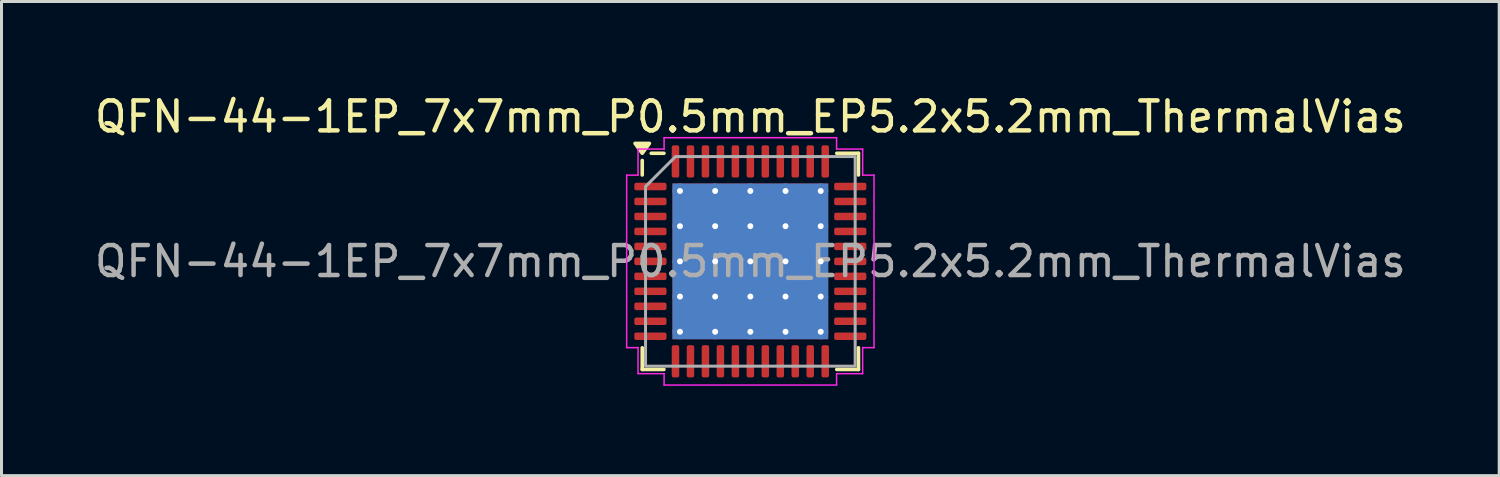
<source format=kicad_pcb>
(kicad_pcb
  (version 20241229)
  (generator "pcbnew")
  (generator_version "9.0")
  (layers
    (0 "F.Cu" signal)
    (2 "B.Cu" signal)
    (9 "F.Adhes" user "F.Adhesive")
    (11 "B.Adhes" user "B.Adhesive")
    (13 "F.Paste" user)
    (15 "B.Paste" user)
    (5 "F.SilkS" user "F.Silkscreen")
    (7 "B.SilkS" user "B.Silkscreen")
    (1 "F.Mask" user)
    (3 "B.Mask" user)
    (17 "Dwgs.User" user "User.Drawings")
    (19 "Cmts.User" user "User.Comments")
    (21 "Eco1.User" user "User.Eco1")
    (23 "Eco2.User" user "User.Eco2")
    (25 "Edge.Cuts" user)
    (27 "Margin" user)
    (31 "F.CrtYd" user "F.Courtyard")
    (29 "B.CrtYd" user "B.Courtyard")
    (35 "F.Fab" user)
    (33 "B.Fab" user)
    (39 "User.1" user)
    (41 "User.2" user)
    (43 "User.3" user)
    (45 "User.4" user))
  (footprint "QFN-44-1EP_7x7mm_P0.5mm_EP5.2x5.2mm_ThermalVias"
    (layer "F.Cu")
    (at 22.006 5.678)
    (property "Reference" "QFN-44-1EP_7x7mm_P0.5mm_EP5.2x5.2mm_ThermalVias" (at 0 -4.83 0) (layer "F.SilkS") (effects (font (size 1 1) (thickness 0.15))))
    (attr smd)
    (fp_line (start -3.61 -2.885) (end -3.61 -3.37) (stroke (width 0.12) (type solid)) (layer "F.SilkS"))
    (fp_line (start -3.61 3.61) (end -3.61 2.885) (stroke (width 0.12) (type solid)) (layer "F.SilkS"))
    (fp_line (start -2.885 -3.61) (end -3.31 -3.61) (stroke (width 0.12) (type solid)) (layer "F.SilkS"))
    (fp_line (start -2.885 3.61) (end -3.61 3.61) (stroke (width 0.12) (type solid)) (layer "F.SilkS"))
    (fp_line (start 2.885 -3.61) (end 3.61 -3.61) (stroke (width 0.12) (type solid)) (layer "F.SilkS"))
    (fp_line (start 2.885 3.61) (end 3.61 3.61) (stroke (width 0.12) (type solid)) (layer "F.SilkS"))
    (fp_line (start 3.61 -3.61) (end 3.61 -2.885) (stroke (width 0.12) (type solid)) (layer "F.SilkS"))
    (fp_line (start 3.61 3.61) (end 3.61 2.885) (stroke (width 0.12) (type solid)) (layer "F.SilkS"))
    (fp_poly (pts (xy -3.61 -3.61) (xy -3.85 -3.94) (xy -3.37 -3.94)) (stroke (width 0.12) (type solid)) (fill yes) (layer "F.SilkS"))
    (fp_line (start -4.13 -2.88) (end -3.75 -2.88) (stroke (width 0.05) (type solid)) (layer "F.CrtYd"))
    (fp_line (start -4.13 2.88) (end -4.13 -2.88) (stroke (width 0.05) (type solid)) (layer "F.CrtYd"))
    (fp_line (start -3.75 -3.75) (end -2.88 -3.75) (stroke (width 0.05) (type solid)) (layer "F.CrtYd"))
    (fp_line (start -3.75 -2.88) (end -3.75 -3.75) (stroke (width 0.05) (type solid)) (layer "F.CrtYd"))
    (fp_line (start -3.75 2.88) (end -4.13 2.88) (stroke (width 0.05) (type solid)) (layer "F.CrtYd"))
    (fp_line (start -3.75 3.75) (end -3.75 2.88) (stroke (width 0.05) (type solid)) (layer "F.CrtYd"))
    (fp_line (start -2.88 -4.13) (end 2.88 -4.13) (stroke (width 0.05) (type solid)) (layer "F.CrtYd"))
    (fp_line (start -2.88 -3.75) (end -2.88 -4.13) (stroke (width 0.05) (type solid)) (layer "F.CrtYd"))
    (fp_line (start -2.88 3.75) (end -3.75 3.75) (stroke (width 0.05) (type solid)) (layer "F.CrtYd"))
    (fp_line (start -2.88 4.13) (end -2.88 3.75) (stroke (width 0.05) (type solid)) (layer "F.CrtYd"))
    (fp_line (start 2.88 -4.13) (end 2.88 -3.75) (stroke (width 0.05) (type solid)) (layer "F.CrtYd"))
    (fp_line (start 2.88 -3.75) (end 3.75 -3.75) (stroke (width 0.05) (type solid)) (layer "F.CrtYd"))
    (fp_line (start 2.88 3.75) (end 2.88 4.13) (stroke (width 0.05) (type solid)) (layer "F.CrtYd"))
    (fp_line (start 2.88 4.13) (end -2.88 4.13) (stroke (width 0.05) (type solid)) (layer "F.CrtYd"))
    (fp_line (start 3.75 -3.75) (end 3.75 -2.88) (stroke (width 0.05) (type solid)) (layer "F.CrtYd"))
    (fp_line (start 3.75 -2.88) (end 4.13 -2.88) (stroke (width 0.05) (type solid)) (layer "F.CrtYd"))
    (fp_line (start 3.75 2.88) (end 3.75 3.75) (stroke (width 0.05) (type solid)) (layer "F.CrtYd"))
    (fp_line (start 3.75 3.75) (end 2.88 3.75) (stroke (width 0.05) (type solid)) (layer "F.CrtYd"))
    (fp_line (start 4.13 -2.88) (end 4.13 2.88) (stroke (width 0.05) (type solid)) (layer "F.CrtYd"))
    (fp_line (start 4.13 2.88) (end 3.75 2.88) (stroke (width 0.05) (type solid)) (layer "F.CrtYd"))
    (fp_poly (pts (xy -3.5 -2.5) (xy -3.5 3.5) (xy 3.5 3.5) (xy 3.5 -3.5) (xy -2.5 -3.5)) (stroke (width 0.1) (type solid)) (fill no) (layer "F.Fab"))
    (fp_text user "${REFERENCE}" (at 0 0 0) (layer "F.Fab") (effects (font (size 1 1) (thickness 0.15))))
    (pad "" smd roundrect (at -1.95 -1.95) (size 1.01 1.01) (layers "F.Paste") (roundrect_rratio 0.248))
    (pad "" smd roundrect (at -1.95 -0.65) (size 1.01 1.01) (layers "F.Paste") (roundrect_rratio 0.248))
    (pad "" smd roundrect (at -1.95 0.65) (size 1.01 1.01) (layers "F.Paste") (roundrect_rratio 0.248))
    (pad "" smd roundrect (at -1.95 1.95) (size 1.01 1.01) (layers "F.Paste") (roundrect_rratio 0.248))
    (pad "" smd roundrect (at -0.65 -1.95) (size 1.01 1.01) (layers "F.Paste") (roundrect_rratio 0.248))
    (pad "" smd roundrect (at -0.65 -0.65) (size 1.01 1.01) (layers "F.Paste") (roundrect_rratio 0.248))
    (pad "" smd roundrect (at -0.65 0.65) (size 1.01 1.01) (layers "F.Paste") (roundrect_rratio 0.248))
    (pad "" smd roundrect (at -0.65 1.95) (size 1.01 1.01) (layers "F.Paste") (roundrect_rratio 0.248))
    (pad "" smd roundrect (at 0.65 -1.95) (size 1.01 1.01) (layers "F.Paste") (roundrect_rratio 0.248))
    (pad "" smd roundrect (at 0.65 -0.65) (size 1.01 1.01) (layers "F.Paste") (roundrect_rratio 0.248))
    (pad "" smd roundrect (at 0.65 0.65) (size 1.01 1.01) (layers "F.Paste") (roundrect_rratio 0.248))
    (pad "" smd roundrect (at 0.65 1.95) (size 1.01 1.01) (layers "F.Paste") (roundrect_rratio 0.248))
    (pad "" smd roundrect (at 1.95 -1.95) (size 1.01 1.01) (layers "F.Paste") (roundrect_rratio 0.248))
    (pad "" smd roundrect (at 1.95 -0.65) (size 1.01 1.01) (layers "F.Paste") (roundrect_rratio 0.248))
    (pad "" smd roundrect (at 1.95 0.65) (size 1.01 1.01) (layers "F.Paste") (roundrect_rratio 0.248))
    (pad "" smd roundrect (at 1.95 1.95) (size 1.01 1.01) (layers "F.Paste") (roundrect_rratio 0.248))
    (pad "1" smd roundrect (at -3.337 -2.5) (size 1.075 0.25) (layers "F.Cu" "F.Mask" "F.Paste") (roundrect_rratio 0.25))
    (pad "2" smd roundrect (at -3.337 -2) (size 1.075 0.25) (layers "F.Cu" "F.Mask" "F.Paste") (roundrect_rratio 0.25))
    (pad "3" smd roundrect (at -3.337 -1.5) (size 1.075 0.25) (layers "F.Cu" "F.Mask" "F.Paste") (roundrect_rratio 0.25))
    (pad "4" smd roundrect (at -3.337 -1) (size 1.075 0.25) (layers "F.Cu" "F.Mask" "F.Paste") (roundrect_rratio 0.25))
    (pad "5" smd roundrect (at -3.337 -0.5) (size 1.075 0.25) (layers "F.Cu" "F.Mask" "F.Paste") (roundrect_rratio 0.25))
    (pad "6" smd roundrect (at -3.337 0) (size 1.075 0.25) (layers "F.Cu" "F.Mask" "F.Paste") (roundrect_rratio 0.25))
    (pad "7" smd roundrect (at -3.337 0.5) (size 1.075 0.25) (layers "F.Cu" "F.Mask" "F.Paste") (roundrect_rratio 0.25))
    (pad "8" smd roundrect (at -3.337 1) (size 1.075 0.25) (layers "F.Cu" "F.Mask" "F.Paste") (roundrect_rratio 0.25))
    (pad "9" smd roundrect (at -3.337 1.5) (size 1.075 0.25) (layers "F.Cu" "F.Mask" "F.Paste") (roundrect_rratio 0.25))
    (pad "10" smd roundrect (at -3.337 2) (size 1.075 0.25) (layers "F.Cu" "F.Mask" "F.Paste") (roundrect_rratio 0.25))
    (pad "11" smd roundrect (at -3.337 2.5) (size 1.075 0.25) (layers "F.Cu" "F.Mask" "F.Paste") (roundrect_rratio 0.25))
    (pad "12" smd roundrect (at -2.5 3.337) (size 0.25 1.075) (layers "F.Cu" "F.Mask" "F.Paste") (roundrect_rratio 0.25))
    (pad "13" smd roundrect (at -2 3.337) (size 0.25 1.075) (layers "F.Cu" "F.Mask" "F.Paste") (roundrect_rratio 0.25))
    (pad "14" smd roundrect (at -1.5 3.337) (size 0.25 1.075) (layers "F.Cu" "F.Mask" "F.Paste") (roundrect_rratio 0.25))
    (pad "15" smd roundrect (at -1 3.337) (size 0.25 1.075) (layers "F.Cu" "F.Mask" "F.Paste") (roundrect_rratio 0.25))
    (pad "16" smd roundrect (at -0.5 3.337) (size 0.25 1.075) (layers "F.Cu" "F.Mask" "F.Paste") (roundrect_rratio 0.25))
    (pad "17" smd roundrect (at 0 3.337) (size 0.25 1.075) (layers "F.Cu" "F.Mask" "F.Paste") (roundrect_rratio 0.25))
    (pad "18" smd roundrect (at 0.5 3.337) (size 0.25 1.075) (layers "F.Cu" "F.Mask" "F.Paste") (roundrect_rratio 0.25))
    (pad "19" smd roundrect (at 1 3.337) (size 0.25 1.075) (layers "F.Cu" "F.Mask" "F.Paste") (roundrect_rratio 0.25))
    (pad "20" smd roundrect (at 1.5 3.337) (size 0.25 1.075) (layers "F.Cu" "F.Mask" "F.Paste") (roundrect_rratio 0.25))
    (pad "21" smd roundrect (at 2 3.337) (size 0.25 1.075) (layers "F.Cu" "F.Mask" "F.Paste") (roundrect_rratio 0.25))
    (pad "22" smd roundrect (at 2.5 3.337) (size 0.25 1.075) (layers "F.Cu" "F.Mask" "F.Paste") (roundrect_rratio 0.25))
    (pad "23" smd roundrect (at 3.337 2.5) (size 1.075 0.25) (layers "F.Cu" "F.Mask" "F.Paste") (roundrect_rratio 0.25))
    (pad "24" smd roundrect (at 3.337 2) (size 1.075 0.25) (layers "F.Cu" "F.Mask" "F.Paste") (roundrect_rratio 0.25))
    (pad "25" smd roundrect (at 3.337 1.5) (size 1.075 0.25) (layers "F.Cu" "F.Mask" "F.Paste") (roundrect_rratio 0.25))
    (pad "26" smd roundrect (at 3.337 1) (size 1.075 0.25) (layers "F.Cu" "F.Mask" "F.Paste") (roundrect_rratio 0.25))
    (pad "27" smd roundrect (at 3.337 0.5) (size 1.075 0.25) (layers "F.Cu" "F.Mask" "F.Paste") (roundrect_rratio 0.25))
    (pad "28" smd roundrect (at 3.337 0) (size 1.075 0.25) (layers "F.Cu" "F.Mask" "F.Paste") (roundrect_rratio 0.25))
    (pad "29" smd roundrect (at 3.337 -0.5) (size 1.075 0.25) (layers "F.Cu" "F.Mask" "F.Paste") (roundrect_rratio 0.25))
    (pad "30" smd roundrect (at 3.337 -1) (size 1.075 0.25) (layers "F.Cu" "F.Mask" "F.Paste") (roundrect_rratio 0.25))
    (pad "31" smd roundrect (at 3.337 -1.5) (size 1.075 0.25) (layers "F.Cu" "F.Mask" "F.Paste") (roundrect_rratio 0.25))
    (pad "32" smd roundrect (at 3.337 -2) (size 1.075 0.25) (layers "F.Cu" "F.Mask" "F.Paste") (roundrect_rratio 0.25))
    (pad "33" smd roundrect (at 3.337 -2.5) (size 1.075 0.25) (layers "F.Cu" "F.Mask" "F.Paste") (roundrect_rratio 0.25))
    (pad "34" smd roundrect (at 2.5 -3.337) (size 0.25 1.075) (layers "F.Cu" "F.Mask" "F.Paste") (roundrect_rratio 0.25))
    (pad "35" smd roundrect (at 2 -3.337) (size 0.25 1.075) (layers "F.Cu" "F.Mask" "F.Paste") (roundrect_rratio 0.25))
    (pad "36" smd roundrect (at 1.5 -3.337) (size 0.25 1.075) (layers "F.Cu" "F.Mask" "F.Paste") (roundrect_rratio 0.25))
    (pad "37" smd roundrect (at 1 -3.337) (size 0.25 1.075) (layers "F.Cu" "F.Mask" "F.Paste") (roundrect_rratio 0.25))
    (pad "38" smd roundrect (at 0.5 -3.337) (size 0.25 1.075) (layers "F.Cu" "F.Mask" "F.Paste") (roundrect_rratio 0.25))
    (pad "39" smd roundrect (at 0 -3.337) (size 0.25 1.075) (layers "F.Cu" "F.Mask" "F.Paste") (roundrect_rratio 0.25))
    (pad "40" smd roundrect (at -0.5 -3.337) (size 0.25 1.075) (layers "F.Cu" "F.Mask" "F.Paste") (roundrect_rratio 0.25))
    (pad "41" smd roundrect (at -1 -3.337) (size 0.25 1.075) (layers "F.Cu" "F.Mask" "F.Paste") (roundrect_rratio 0.25))
    (pad "42" smd roundrect (at -1.5 -3.337) (size 0.25 1.075) (layers "F.Cu" "F.Mask" "F.Paste") (roundrect_rratio 0.25))
    (pad "43" smd roundrect (at -2 -3.337) (size 0.25 1.075) (layers "F.Cu" "F.Mask" "F.Paste") (roundrect_rratio 0.25))
    (pad "44" smd roundrect (at -2.5 -3.337) (size 0.25 1.075) (layers "F.Cu" "F.Mask" "F.Paste") (roundrect_rratio 0.25))
    (pad "45" thru_hole circle (at -2.35 -2.35) (size 0.5 0.5) (drill 0.2) (property pad_prop_heatsink) (layers "*.Cu"))
    (pad "45" thru_hole circle (at -2.35 -1.175) (size 0.5 0.5) (drill 0.2) (property pad_prop_heatsink) (layers "*.Cu"))
    (pad "45" thru_hole circle (at -2.35 0) (size 0.5 0.5) (drill 0.2) (property pad_prop_heatsink) (layers "*.Cu"))
    (pad "45" thru_hole circle (at -2.35 1.175) (size 0.5 0.5) (drill 0.2) (property pad_prop_heatsink) (layers "*.Cu"))
    (pad "45" thru_hole circle (at -2.35 2.35) (size 0.5 0.5) (drill 0.2) (property pad_prop_heatsink) (layers "*.Cu"))
    (pad "45" thru_hole circle (at -1.175 -2.35) (size 0.5 0.5) (drill 0.2) (property pad_prop_heatsink) (layers "*.Cu"))
    (pad "45" thru_hole circle (at -1.175 -1.175) (size 0.5 0.5) (drill 0.2) (property pad_prop_heatsink) (layers "*.Cu"))
    (pad "45" thru_hole circle (at -1.175 0) (size 0.5 0.5) (drill 0.2) (property pad_prop_heatsink) (layers "*.Cu"))
    (pad "45" thru_hole circle (at -1.175 1.175) (size 0.5 0.5) (drill 0.2) (property pad_prop_heatsink) (layers "*.Cu"))
    (pad "45" thru_hole circle (at -1.175 2.35) (size 0.5 0.5) (drill 0.2) (property pad_prop_heatsink) (layers "*.Cu"))
    (pad "45" thru_hole circle (at 0 -2.35) (size 0.5 0.5) (drill 0.2) (property pad_prop_heatsink) (layers "*.Cu"))
    (pad "45" thru_hole circle (at 0 -1.175) (size 0.5 0.5) (drill 0.2) (property pad_prop_heatsink) (layers "*.Cu"))
    (pad "45" thru_hole circle (at 0 0) (size 0.5 0.5) (drill 0.2) (property pad_prop_heatsink) (layers "*.Cu"))
    (pad "45" smd rect (at 0 0) (size 5.2 5.2) (property pad_prop_heatsink) (layers "F.Cu" "F.Mask"))
    (pad "45" smd rect (at 0 0) (size 5.2 5.2) (property pad_prop_heatsink) (layers "B.Cu"))
    (pad "45" thru_hole circle (at 0 1.175) (size 0.5 0.5) (drill 0.2) (property pad_prop_heatsink) (layers "*.Cu"))
    (pad "45" thru_hole circle (at 0 2.35) (size 0.5 0.5) (drill 0.2) (property pad_prop_heatsink) (layers "*.Cu"))
    (pad "45" thru_hole circle (at 1.175 -2.35) (size 0.5 0.5) (drill 0.2) (property pad_prop_heatsink) (layers "*.Cu"))
    (pad "45" thru_hole circle (at 1.175 -1.175) (size 0.5 0.5) (drill 0.2) (property pad_prop_heatsink) (layers "*.Cu"))
    (pad "45" thru_hole circle (at 1.175 0) (size 0.5 0.5) (drill 0.2) (property pad_prop_heatsink) (layers "*.Cu"))
    (pad "45" thru_hole circle (at 1.175 1.175) (size 0.5 0.5) (drill 0.2) (property pad_prop_heatsink) (layers "*.Cu"))
    (pad "45" thru_hole circle (at 1.175 2.35) (size 0.5 0.5) (drill 0.2) (property pad_prop_heatsink) (layers "*.Cu"))
    (pad "45" thru_hole circle (at 2.35 -2.35) (size 0.5 0.5) (drill 0.2) (property pad_prop_heatsink) (layers "*.Cu"))
    (pad "45" thru_hole circle (at 2.35 -1.175) (size 0.5 0.5) (drill 0.2) (property pad_prop_heatsink) (layers "*.Cu"))
    (pad "45" thru_hole circle (at 2.35 0) (size 0.5 0.5) (drill 0.2) (property pad_prop_heatsink) (layers "*.Cu"))
    (pad "45" thru_hole circle (at 2.35 1.175) (size 0.5 0.5) (drill 0.2) (property pad_prop_heatsink) (layers "*.Cu"))
    (pad "45" thru_hole circle (at 2.35 2.35) (size 0.5 0.5) (drill 0.2) (property pad_prop_heatsink) (layers "*.Cu")))
  (gr_rect
    (start -3 -3)
    (end 47.012 12.833)
    (stroke (width 0.1) (type default))
    (fill no)
    (layer "Edge.Cuts")))
</source>
